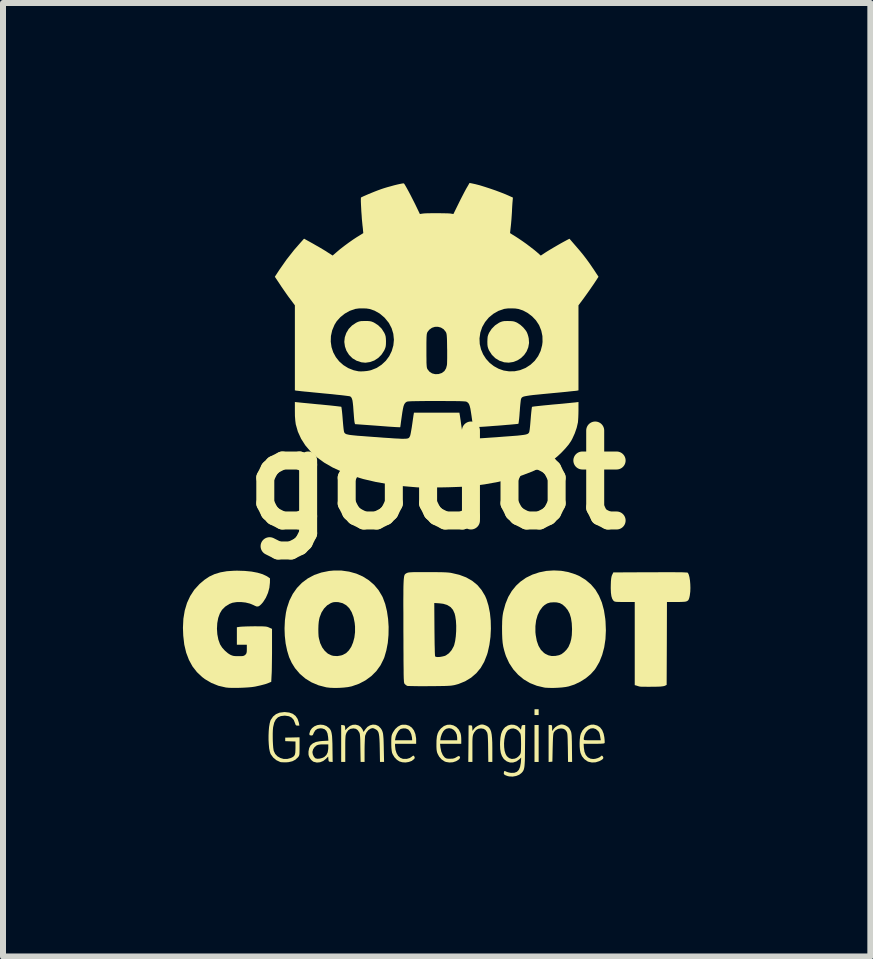
<source format=kicad_pcb>
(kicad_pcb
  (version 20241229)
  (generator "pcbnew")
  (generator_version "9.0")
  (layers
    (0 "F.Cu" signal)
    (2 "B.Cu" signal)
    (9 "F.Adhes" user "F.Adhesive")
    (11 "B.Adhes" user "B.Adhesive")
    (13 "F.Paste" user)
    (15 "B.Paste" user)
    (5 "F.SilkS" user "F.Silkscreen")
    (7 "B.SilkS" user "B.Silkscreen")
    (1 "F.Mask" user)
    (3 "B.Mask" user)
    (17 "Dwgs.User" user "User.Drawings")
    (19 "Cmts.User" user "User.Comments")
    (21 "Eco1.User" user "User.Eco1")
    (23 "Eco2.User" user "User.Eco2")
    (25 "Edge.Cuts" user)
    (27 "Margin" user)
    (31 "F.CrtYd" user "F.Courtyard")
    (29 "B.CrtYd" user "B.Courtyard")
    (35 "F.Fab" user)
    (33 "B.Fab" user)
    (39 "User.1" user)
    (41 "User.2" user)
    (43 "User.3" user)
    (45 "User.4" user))
  (footprint "godot"
    (layer "F.Cu")
    (at 4.23 4.949)
    (property "Reference" "godot" (at 0 0 0) (layer "F.SilkS") (effects (font (size 1.5 1.5) (thickness 0.3))))
    (attr board_only exclude_from_pos_files exclude_from_bom)
    (fp_poly (pts (xy 1.7 3.873) (xy 1.7 3.922) (xy 1.666 3.922) (xy 1.631 3.922) (xy 1.631 3.873) (xy 1.631 3.825) (xy 1.666 3.825) (xy 1.7 3.825)) (stroke (width 0) (type solid)) (fill yes) (layer "F.SilkS"))
    (fp_poly (pts (xy 1.7 4.396) (xy 1.7 4.704) (xy 1.666 4.704) (xy 1.631 4.704) (xy 1.631 4.396) (xy 1.631 4.088) (xy 1.666 4.088) (xy 1.7 4.088)) (stroke (width 0) (type solid)) (fill yes) (layer "F.SilkS"))
    (fp_poly (pts (xy -1.145 -2.647) (xy -1.112 -2.644) (xy -1.085 -2.638) (xy -1.057 -2.627) (xy -1.043 -2.62) (xy -0.976 -2.577) (xy -0.918 -2.52) (xy -0.875 -2.453) (xy -0.873 -2.45) (xy -0.859 -2.418) (xy -0.851 -2.39) (xy -0.847 -2.357) (xy -0.845 -2.313) (xy -0.845 -2.305) (xy -0.846 -2.261) (xy -0.849 -2.228) (xy -0.856 -2.201) (xy -0.868 -2.171) (xy -0.877 -2.152) (xy -0.92 -2.086) (xy -0.975 -2.031) (xy -1.04 -1.989) (xy -1.112 -1.963) (xy -1.187 -1.952) (xy -1.256 -1.959) (xy -1.335 -1.985) (xy -1.404 -2.026) (xy -1.461 -2.083) (xy -1.504 -2.151) (xy -1.529 -2.222) (xy -1.54 -2.299) (xy -1.532 -2.375) (xy -1.507 -2.448) (xy -1.467 -2.515) (xy -1.412 -2.572) (xy -1.345 -2.617) (xy -1.341 -2.619) (xy -1.312 -2.633) (xy -1.286 -2.641) (xy -1.258 -2.646) (xy -1.22 -2.647) (xy -1.192 -2.647)) (stroke (width 0) (type solid)) (fill yes) (layer "F.SilkS"))
    (fp_poly (pts (xy 1.238 -2.646) (xy 1.272 -2.643) (xy 1.298 -2.637) (xy 1.326 -2.626) (xy 1.341 -2.619) (xy 1.396 -2.583) (xy 1.447 -2.536) (xy 1.489 -2.484) (xy 1.503 -2.46) (xy 1.516 -2.428) (xy 1.528 -2.388) (xy 1.535 -2.356) (xy 1.54 -2.281) (xy 1.527 -2.208) (xy 1.499 -2.14) (xy 1.458 -2.08) (xy 1.405 -2.029) (xy 1.344 -1.99) (xy 1.275 -1.964) (xy 1.202 -1.953) (xy 1.125 -1.959) (xy 1.124 -1.959) (xy 1.047 -1.985) (xy 0.978 -2.027) (xy 0.92 -2.084) (xy 0.875 -2.154) (xy 0.871 -2.162) (xy 0.858 -2.193) (xy 0.85 -2.222) (xy 0.846 -2.255) (xy 0.845 -2.3) (xy 0.845 -2.306) (xy 0.847 -2.352) (xy 0.85 -2.386) (xy 0.858 -2.414) (xy 0.871 -2.445) (xy 0.873 -2.45) (xy 0.916 -2.516) (xy 0.973 -2.574) (xy 1.039 -2.618) (xy 1.043 -2.62) (xy 1.072 -2.633) (xy 1.098 -2.641) (xy 1.128 -2.646) (xy 1.167 -2.647) (xy 1.192 -2.647)) (stroke (width 0) (type solid)) (fill yes) (layer "F.SilkS"))
    (fp_poly (pts (xy 0.784 4.083) (xy 0.817 4.095) (xy 0.83 4.101) (xy 0.857 4.117) (xy 0.878 4.138) (xy 0.895 4.166) (xy 0.908 4.201) (xy 0.917 4.248) (xy 0.923 4.307) (xy 0.927 4.381) (xy 0.928 4.472) (xy 0.928 4.5) (xy 0.928 4.704) (xy 0.895 4.704) (xy 0.861 4.704) (xy 0.858 4.472) (xy 0.857 4.396) (xy 0.855 4.337) (xy 0.853 4.292) (xy 0.851 4.259) (xy 0.847 4.235) (xy 0.843 4.218) (xy 0.838 4.206) (xy 0.814 4.171) (xy 0.784 4.152) (xy 0.742 4.145) (xy 0.735 4.145) (xy 0.692 4.152) (xy 0.657 4.172) (xy 0.627 4.209) (xy 0.618 4.225) (xy 0.611 4.24) (xy 0.606 4.254) (xy 0.602 4.272) (xy 0.599 4.295) (xy 0.597 4.327) (xy 0.596 4.371) (xy 0.596 4.429) (xy 0.596 4.486) (xy 0.596 4.704) (xy 0.562 4.704) (xy 0.527 4.704) (xy 0.53 4.399) (xy 0.532 4.093) (xy 0.562 4.093) (xy 0.579 4.095) (xy 0.589 4.102) (xy 0.593 4.12) (xy 0.594 4.14) (xy 0.597 4.187) (xy 0.619 4.155) (xy 0.646 4.126) (xy 0.685 4.101) (xy 0.727 4.083) (xy 0.757 4.079)) (stroke (width 0) (type solid)) (fill yes) (layer "F.SilkS"))
    (fp_poly (pts (xy 2.113 4.083) (xy 2.146 4.094) (xy 2.159 4.101) (xy 2.192 4.122) (xy 2.216 4.15) (xy 2.227 4.171) (xy 2.235 4.187) (xy 2.241 4.202) (xy 2.245 4.22) (xy 2.248 4.242) (xy 2.251 4.271) (xy 2.252 4.311) (xy 2.254 4.364) (xy 2.255 4.433) (xy 2.255 4.462) (xy 2.258 4.704) (xy 2.224 4.704) (xy 2.19 4.704) (xy 2.187 4.467) (xy 2.185 4.391) (xy 2.184 4.332) (xy 2.182 4.287) (xy 2.18 4.254) (xy 2.177 4.23) (xy 2.172 4.213) (xy 2.167 4.2) (xy 2.166 4.199) (xy 2.142 4.167) (xy 2.11 4.15) (xy 2.072 4.145) (xy 2.023 4.153) (xy 1.981 4.177) (xy 1.958 4.203) (xy 1.952 4.213) (xy 1.947 4.227) (xy 1.944 4.246) (xy 1.941 4.273) (xy 1.939 4.31) (xy 1.937 4.361) (xy 1.935 4.428) (xy 1.934 4.465) (xy 1.929 4.699) (xy 1.898 4.702) (xy 1.866 4.705) (xy 1.866 4.397) (xy 1.866 4.088) (xy 1.895 4.088) (xy 1.912 4.089) (xy 1.921 4.096) (xy 1.924 4.112) (xy 1.925 4.14) (xy 1.925 4.191) (xy 1.949 4.155) (xy 1.978 4.124) (xy 2.018 4.098) (xy 2.061 4.082) (xy 2.087 4.079)) (stroke (width 0) (type solid)) (fill yes) (layer "F.SilkS"))
    (fp_poly (pts (xy 3.899 1.54) (xy 3.979 1.541) (xy 4.043 1.541) (xy 4.094 1.542) (xy 4.132 1.544) (xy 4.16 1.545) (xy 4.178 1.547) (xy 4.187 1.55) (xy 4.188 1.551) (xy 4.202 1.579) (xy 4.214 1.623) (xy 4.223 1.678) (xy 4.228 1.739) (xy 4.23 1.803) (xy 4.228 1.864) (xy 4.221 1.92) (xy 4.221 1.922) (xy 4.213 1.961) (xy 4.204 1.99) (xy 4.192 2.01) (xy 4.172 2.024) (xy 4.144 2.032) (xy 4.103 2.035) (xy 4.047 2.037) (xy 4.001 2.037) (xy 3.839 2.037) (xy 3.837 2.728) (xy 3.834 3.419) (xy 3.805 3.434) (xy 3.789 3.439) (xy 3.765 3.443) (xy 3.73 3.447) (xy 3.682 3.449) (xy 3.617 3.45) (xy 3.59 3.45) (xy 3.531 3.451) (xy 3.477 3.45) (xy 3.433 3.45) (xy 3.401 3.449) (xy 3.385 3.447) (xy 3.385 3.447) (xy 3.362 3.441) (xy 3.334 3.432) (xy 3.302 3.423) (xy 3.302 2.73) (xy 3.302 2.037) (xy 3.135 2.037) (xy 3.075 2.037) (xy 3.03 2.036) (xy 2.999 2.035) (xy 2.978 2.032) (xy 2.964 2.028) (xy 2.954 2.022) (xy 2.946 2.014) (xy 2.927 1.985) (xy 2.913 1.941) (xy 2.905 1.882) (xy 2.902 1.806) (xy 2.903 1.749) (xy 2.905 1.692) (xy 2.909 1.649) (xy 2.914 1.618) (xy 2.921 1.594) (xy 2.926 1.583) (xy 2.945 1.544) (xy 3.562 1.541) (xy 3.692 1.541) (xy 3.805 1.54)) (stroke (width 0) (type solid)) (fill yes) (layer "F.SilkS"))
    (fp_poly (pts (xy -0.459 4.1) (xy -0.414 4.132) (xy -0.379 4.179) (xy -0.355 4.239) (xy -0.343 4.31) (xy -0.342 4.339) (xy -0.342 4.401) (xy -0.518 4.401) (xy -0.694 4.401) (xy -0.694 4.435) (xy -0.687 4.5) (xy -0.669 4.557) (xy -0.642 4.603) (xy -0.606 4.635) (xy -0.563 4.652) (xy -0.56 4.652) (xy -0.499 4.653) (xy -0.448 4.638) (xy -0.421 4.62) (xy -0.399 4.603) (xy -0.386 4.598) (xy -0.377 4.605) (xy -0.371 4.617) (xy -0.365 4.636) (xy -0.375 4.654) (xy -0.378 4.657) (xy -0.415 4.686) (xy -0.464 4.704) (xy -0.519 4.713) (xy -0.574 4.709) (xy -0.621 4.695) (xy -0.664 4.667) (xy -0.704 4.625) (xy -0.733 4.577) (xy -0.744 4.55) (xy -0.75 4.516) (xy -0.755 4.468) (xy -0.757 4.41) (xy -0.757 4.385) (xy -0.757 4.342) (xy -0.695 4.342) (xy -0.551 4.342) (xy -0.408 4.342) (xy -0.412 4.296) (xy -0.423 4.243) (xy -0.443 4.198) (xy -0.47 4.166) (xy -0.477 4.161) (xy -0.514 4.146) (xy -0.557 4.144) (xy -0.597 4.153) (xy -0.612 4.162) (xy -0.638 4.189) (xy -0.662 4.229) (xy -0.681 4.275) (xy -0.688 4.306) (xy -0.695 4.342) (xy -0.757 4.342) (xy -0.757 4.335) (xy -0.755 4.298) (xy -0.752 4.272) (xy -0.746 4.249) (xy -0.736 4.226) (xy -0.728 4.21) (xy -0.692 4.156) (xy -0.647 4.115) (xy -0.598 4.089) (xy -0.573 4.083) (xy -0.513 4.083)) (stroke (width 0) (type solid)) (fill yes) (layer "F.SilkS"))
    (fp_poly (pts (xy 0.279 4.094) (xy 0.326 4.12) (xy 0.366 4.161) (xy 0.394 4.215) (xy 0.4 4.234) (xy 0.406 4.263) (xy 0.409 4.302) (xy 0.41 4.335) (xy 0.41 4.401) (xy 0.233 4.401) (xy 0.056 4.401) (xy 0.063 4.462) (xy 0.077 4.532) (xy 0.102 4.589) (xy 0.131 4.626) (xy 0.149 4.639) (xy 0.168 4.647) (xy 0.197 4.65) (xy 0.224 4.65) (xy 0.264 4.649) (xy 0.292 4.643) (xy 0.318 4.631) (xy 0.329 4.624) (xy 0.356 4.608) (xy 0.373 4.605) (xy 0.38 4.609) (xy 0.39 4.627) (xy 0.383 4.647) (xy 0.369 4.663) (xy 0.325 4.691) (xy 0.271 4.709) (xy 0.213 4.713) (xy 0.156 4.704) (xy 0.132 4.695) (xy 0.082 4.662) (xy 0.041 4.615) (xy 0.018 4.572) (xy 0.008 4.548) (xy 0.002 4.523) (xy -0.002 4.493) (xy -0.004 4.452) (xy -0.004 4.406) (xy -0.003 4.342) (xy 0.06 4.342) (xy 0.201 4.342) (xy 0.342 4.342) (xy 0.342 4.301) (xy 0.335 4.248) (xy 0.315 4.204) (xy 0.285 4.17) (xy 0.248 4.149) (xy 0.207 4.141) (xy 0.165 4.149) (xy 0.134 4.167) (xy 0.109 4.195) (xy 0.087 4.235) (xy 0.071 4.28) (xy 0.065 4.306) (xy 0.06 4.342) (xy -0.003 4.342) (xy -0.002 4.333) (xy 0.004 4.275) (xy 0.017 4.228) (xy 0.036 4.189) (xy 0.064 4.153) (xy 0.073 4.143) (xy 0.121 4.105) (xy 0.174 4.085) (xy 0.227 4.082)) (stroke (width 0) (type solid)) (fill yes) (layer "F.SilkS"))
    (fp_poly (pts (xy 2.678 4.097) (xy 2.724 4.127) (xy 2.759 4.172) (xy 2.783 4.232) (xy 2.795 4.291) (xy 2.799 4.33) (xy 2.801 4.363) (xy 2.801 4.384) (xy 2.8 4.387) (xy 2.795 4.392) (xy 2.783 4.396) (xy 2.762 4.398) (xy 2.728 4.4) (xy 2.68 4.401) (xy 2.622 4.401) (xy 2.45 4.401) (xy 2.454 4.467) (xy 2.464 4.534) (xy 2.486 4.587) (xy 2.52 4.626) (xy 2.564 4.649) (xy 2.61 4.655) (xy 2.646 4.651) (xy 2.684 4.64) (xy 2.717 4.625) (xy 2.738 4.609) (xy 2.74 4.606) (xy 2.752 4.597) (xy 2.765 4.606) (xy 2.773 4.617) (xy 2.779 4.635) (xy 2.772 4.653) (xy 2.75 4.67) (xy 2.711 4.691) (xy 2.65 4.71) (xy 2.588 4.713) (xy 2.529 4.7) (xy 2.513 4.693) (xy 2.462 4.657) (xy 2.422 4.608) (xy 2.398 4.553) (xy 2.389 4.507) (xy 2.384 4.45) (xy 2.383 4.387) (xy 2.386 4.326) (xy 2.387 4.32) (xy 2.452 4.32) (xy 2.453 4.329) (xy 2.456 4.335) (xy 2.466 4.339) (xy 2.485 4.341) (xy 2.516 4.342) (xy 2.562 4.342) (xy 2.594 4.342) (xy 2.736 4.342) (xy 2.73 4.306) (xy 2.723 4.262) (xy 2.716 4.233) (xy 2.709 4.213) (xy 2.699 4.197) (xy 2.69 4.187) (xy 2.654 4.156) (xy 2.611 4.142) (xy 2.567 4.146) (xy 2.565 4.147) (xy 2.525 4.169) (xy 2.491 4.206) (xy 2.466 4.253) (xy 2.453 4.303) (xy 2.452 4.32) (xy 2.387 4.32) (xy 2.393 4.271) (xy 2.404 4.231) (xy 2.432 4.177) (xy 2.472 4.133) (xy 2.52 4.101) (xy 2.572 4.083) (xy 2.619 4.081)) (stroke (width 0) (type solid)) (fill yes) (layer "F.SilkS"))
    (fp_poly (pts (xy -2.459 3.88) (xy -2.399 3.901) (xy -2.352 3.937) (xy -2.318 3.987) (xy -2.297 4.052) (xy -2.297 4.053) (xy -2.289 4.098) (xy -2.319 4.098) (xy -2.339 4.096) (xy -2.351 4.087) (xy -2.359 4.065) (xy -2.362 4.056) (xy -2.383 4.003) (xy -2.416 3.966) (xy -2.461 3.942) (xy -2.52 3.933) (xy -2.537 3.932) (xy -2.598 3.939) (xy -2.646 3.96) (xy -2.683 3.997) (xy -2.709 4.049) (xy -2.725 4.117) (xy -2.727 4.127) (xy -2.731 4.172) (xy -2.733 4.227) (xy -2.733 4.289) (xy -2.732 4.352) (xy -2.729 4.412) (xy -2.725 4.465) (xy -2.719 4.505) (xy -2.716 4.52) (xy -2.692 4.57) (xy -2.654 4.61) (xy -2.605 4.638) (xy -2.55 4.654) (xy -2.492 4.654) (xy -2.434 4.639) (xy -2.427 4.636) (xy -2.397 4.621) (xy -2.377 4.604) (xy -2.364 4.581) (xy -2.357 4.549) (xy -2.355 4.503) (xy -2.354 4.468) (xy -2.354 4.363) (xy -2.44 4.36) (xy -2.525 4.357) (xy -2.525 4.328) (xy -2.525 4.298) (xy -2.406 4.296) (xy -2.286 4.293) (xy -2.286 4.444) (xy -2.286 4.501) (xy -2.287 4.543) (xy -2.288 4.572) (xy -2.292 4.591) (xy -2.297 4.605) (xy -2.305 4.617) (xy -2.311 4.625) (xy -2.355 4.666) (xy -2.405 4.692) (xy -2.468 4.707) (xy -2.504 4.71) (xy -2.545 4.71) (xy -2.581 4.709) (xy -2.605 4.706) (xy -2.608 4.705) (xy -2.672 4.675) (xy -2.726 4.63) (xy -2.766 4.575) (xy -2.769 4.57) (xy -2.782 4.53) (xy -2.793 4.476) (xy -2.799 4.41) (xy -2.803 4.338) (xy -2.803 4.263) (xy -2.8 4.189) (xy -2.794 4.12) (xy -2.784 4.061) (xy -2.772 4.016) (xy -2.766 4.003) (xy -2.728 3.947) (xy -2.679 3.907) (xy -2.619 3.882) (xy -2.547 3.873) (xy -2.533 3.872)) (stroke (width 0) (type solid)) (fill yes) (layer "F.SilkS"))
    (fp_poly (pts (xy -1.887 4.087) (xy -1.838 4.105) (xy -1.797 4.136) (xy -1.78 4.154) (xy -1.767 4.175) (xy -1.757 4.201) (xy -1.75 4.233) (xy -1.744 4.275) (xy -1.741 4.33) (xy -1.738 4.399) (xy -1.737 4.484) (xy -1.737 4.492) (xy -1.734 4.705) (xy -1.768 4.702) (xy -1.79 4.699) (xy -1.8 4.69) (xy -1.804 4.671) (xy -1.805 4.657) (xy -1.809 4.614) (xy -1.844 4.65) (xy -1.891 4.688) (xy -1.944 4.709) (xy -1.998 4.714) (xy -2.051 4.701) (xy -2.061 4.696) (xy -2.09 4.672) (xy -2.115 4.639) (xy -2.118 4.634) (xy -2.131 4.605) (xy -2.137 4.578) (xy -2.137 4.543) (xy -2.137 4.541) (xy -2.071 4.541) (xy -2.065 4.577) (xy -2.05 4.611) (xy -2.029 4.637) (xy -2.019 4.644) (xy -1.988 4.651) (xy -1.948 4.648) (xy -1.907 4.637) (xy -1.875 4.622) (xy -1.839 4.588) (xy -1.817 4.544) (xy -1.808 4.487) (xy -1.807 4.47) (xy -1.807 4.411) (xy -1.888 4.411) (xy -1.938 4.412) (xy -1.974 4.418) (xy -2.001 4.428) (xy -2.002 4.429) (xy -2.035 4.456) (xy -2.06 4.494) (xy -2.071 4.535) (xy -2.071 4.541) (xy -2.137 4.541) (xy -2.137 4.53) (xy -2.126 4.473) (xy -2.103 4.428) (xy -2.066 4.395) (xy -2.014 4.371) (xy -1.946 4.358) (xy -1.901 4.354) (xy -1.805 4.349) (xy -1.81 4.289) (xy -1.82 4.229) (xy -1.839 4.186) (xy -1.869 4.158) (xy -1.91 4.145) (xy -1.941 4.143) (xy -1.988 4.152) (xy -2.024 4.177) (xy -2.049 4.218) (xy -2.051 4.224) (xy -2.062 4.25) (xy -2.073 4.261) (xy -2.089 4.263) (xy -2.095 4.262) (xy -2.116 4.258) (xy -2.122 4.246) (xy -2.122 4.23) (xy -2.107 4.181) (xy -2.079 4.141) (xy -2.039 4.11) (xy -1.991 4.09) (xy -1.94 4.082)) (stroke (width 0) (type solid)) (fill yes) (layer "F.SilkS"))
    (fp_poly (pts (xy -1.016 4.085) (xy -0.972 4.104) (xy -0.936 4.139) (xy -0.921 4.16) (xy -0.91 4.181) (xy -0.901 4.205) (xy -0.894 4.234) (xy -0.89 4.272) (xy -0.886 4.32) (xy -0.884 4.383) (xy -0.882 4.462) (xy -0.882 4.472) (xy -0.877 4.704) (xy -0.911 4.704) (xy -0.945 4.704) (xy -0.949 4.477) (xy -0.951 4.393) (xy -0.954 4.327) (xy -0.958 4.276) (xy -0.964 4.237) (xy -0.972 4.208) (xy -0.984 4.187) (xy -0.999 4.171) (xy -1.019 4.159) (xy -1.029 4.153) (xy -1.055 4.142) (xy -1.075 4.141) (xy -1.1 4.148) (xy -1.102 4.149) (xy -1.139 4.173) (xy -1.17 4.211) (xy -1.191 4.261) (xy -1.192 4.263) (xy -1.195 4.284) (xy -1.197 4.32) (xy -1.199 4.369) (xy -1.201 4.426) (xy -1.202 4.489) (xy -1.202 4.501) (xy -1.202 4.704) (xy -1.235 4.704) (xy -1.268 4.704) (xy -1.272 4.472) (xy -1.273 4.396) (xy -1.274 4.336) (xy -1.276 4.292) (xy -1.279 4.259) (xy -1.282 4.236) (xy -1.287 4.22) (xy -1.291 4.211) (xy -1.317 4.173) (xy -1.346 4.152) (xy -1.383 4.145) (xy -1.391 4.145) (xy -1.438 4.152) (xy -1.474 4.175) (xy -1.502 4.215) (xy -1.504 4.219) (xy -1.51 4.234) (xy -1.515 4.25) (xy -1.519 4.27) (xy -1.521 4.297) (xy -1.523 4.333) (xy -1.524 4.382) (xy -1.524 4.446) (xy -1.524 4.482) (xy -1.524 4.704) (xy -1.558 4.704) (xy -1.592 4.704) (xy -1.592 4.396) (xy -1.592 4.087) (xy -1.561 4.09) (xy -1.54 4.094) (xy -1.531 4.103) (xy -1.527 4.125) (xy -1.526 4.134) (xy -1.523 4.175) (xy -1.488 4.137) (xy -1.446 4.103) (xy -1.4 4.085) (xy -1.352 4.082) (xy -1.306 4.094) (xy -1.267 4.12) (xy -1.237 4.16) (xy -1.235 4.166) (xy -1.218 4.204) (xy -1.19 4.161) (xy -1.154 4.119) (xy -1.111 4.093) (xy -1.064 4.081)) (stroke (width 0) (type solid)) (fill yes) (layer "F.SilkS"))
    (fp_poly (pts (xy -1.586 1.513) (xy -1.459 1.531) (xy -1.34 1.564) (xy -1.231 1.612) (xy -1.131 1.675) (xy -1.043 1.751) (xy -0.969 1.84) (xy -0.908 1.942) (xy -0.898 1.963) (xy -0.858 2.07) (xy -0.829 2.19) (xy -0.81 2.319) (xy -0.801 2.452) (xy -0.803 2.587) (xy -0.815 2.719) (xy -0.839 2.844) (xy -0.872 2.958) (xy -0.883 2.985) (xy -0.936 3.092) (xy -1.005 3.188) (xy -1.089 3.272) (xy -1.186 3.343) (xy -1.294 3.4) (xy -1.413 3.442) (xy -1.421 3.444) (xy -1.48 3.456) (xy -1.551 3.464) (xy -1.629 3.469) (xy -1.707 3.47) (xy -1.779 3.467) (xy -1.839 3.46) (xy -1.843 3.459) (xy -1.97 3.426) (xy -2.086 3.377) (xy -2.19 3.313) (xy -2.282 3.234) (xy -2.361 3.141) (xy -2.416 3.053) (xy -2.46 2.957) (xy -2.493 2.848) (xy -2.518 2.728) (xy -2.532 2.601) (xy -2.536 2.49) (xy -1.973 2.49) (xy -1.972 2.553) (xy -1.969 2.609) (xy -1.964 2.639) (xy -1.942 2.723) (xy -1.908 2.795) (xy -1.864 2.854) (xy -1.813 2.899) (xy -1.754 2.927) (xy -1.722 2.935) (xy -1.656 2.939) (xy -1.592 2.928) (xy -1.565 2.919) (xy -1.511 2.89) (xy -1.464 2.844) (xy -1.424 2.784) (xy -1.394 2.712) (xy -1.372 2.63) (xy -1.361 2.541) (xy -1.361 2.446) (xy -1.367 2.385) (xy -1.386 2.289) (xy -1.417 2.207) (xy -1.457 2.141) (xy -1.508 2.091) (xy -1.568 2.057) (xy -1.637 2.04) (xy -1.65 2.039) (xy -1.693 2.038) (xy -1.727 2.042) (xy -1.761 2.054) (xy -1.765 2.056) (xy -1.825 2.092) (xy -1.877 2.145) (xy -1.92 2.212) (xy -1.951 2.292) (xy -1.958 2.321) (xy -1.966 2.367) (xy -1.971 2.425) (xy -1.973 2.49) (xy -2.536 2.49) (xy -2.536 2.471) (xy -2.53 2.341) (xy -2.513 2.215) (xy -2.496 2.138) (xy -2.455 2.014) (xy -2.399 1.902) (xy -2.329 1.803) (xy -2.246 1.717) (xy -2.15 1.645) (xy -2.042 1.587) (xy -1.923 1.546) (xy -1.795 1.52) (xy -1.719 1.513)) (stroke (width 0) (type solid)) (fill yes) (layer "F.SilkS"))
    (fp_poly (pts (xy 1.291 4.085) (xy 1.34 4.103) (xy 1.38 4.136) (xy 1.381 4.138) (xy 1.405 4.166) (xy 1.412 4.127) (xy 1.417 4.102) (xy 1.427 4.091) (xy 1.445 4.088) (xy 1.447 4.088) (xy 1.476 4.088) (xy 1.473 4.438) (xy 1.472 4.535) (xy 1.471 4.616) (xy 1.47 4.681) (xy 1.467 4.732) (xy 1.464 4.773) (xy 1.459 4.804) (xy 1.453 4.828) (xy 1.445 4.847) (xy 1.435 4.864) (xy 1.422 4.879) (xy 1.414 4.888) (xy 1.375 4.918) (xy 1.324 4.938) (xy 1.266 4.948) (xy 1.209 4.945) (xy 1.182 4.939) (xy 1.145 4.925) (xy 1.125 4.912) (xy 1.118 4.894) (xy 1.12 4.882) (xy 1.125 4.861) (xy 1.132 4.854) (xy 1.147 4.859) (xy 1.161 4.866) (xy 1.189 4.876) (xy 1.226 4.884) (xy 1.243 4.886) (xy 1.296 4.884) (xy 1.338 4.868) (xy 1.369 4.836) (xy 1.39 4.788) (xy 1.402 4.724) (xy 1.404 4.707) (xy 1.409 4.631) (xy 1.376 4.662) (xy 1.328 4.696) (xy 1.275 4.713) (xy 1.221 4.713) (xy 1.17 4.695) (xy 1.126 4.661) (xy 1.116 4.65) (xy 1.088 4.606) (xy 1.069 4.553) (xy 1.059 4.487) (xy 1.056 4.407) (xy 1.057 4.394) (xy 1.123 4.394) (xy 1.125 4.459) (xy 1.133 4.519) (xy 1.149 4.57) (xy 1.17 4.607) (xy 1.208 4.64) (xy 1.252 4.654) (xy 1.3 4.649) (xy 1.328 4.638) (xy 1.357 4.618) (xy 1.382 4.591) (xy 1.385 4.588) (xy 1.393 4.574) (xy 1.399 4.559) (xy 1.403 4.54) (xy 1.405 4.513) (xy 1.406 4.474) (xy 1.407 4.421) (xy 1.407 4.404) (xy 1.406 4.338) (xy 1.404 4.289) (xy 1.401 4.255) (xy 1.396 4.233) (xy 1.393 4.227) (xy 1.362 4.185) (xy 1.324 4.158) (xy 1.281 4.145) (xy 1.237 4.149) (xy 1.196 4.169) (xy 1.18 4.183) (xy 1.156 4.22) (xy 1.139 4.27) (xy 1.128 4.329) (xy 1.123 4.394) (xy 1.057 4.394) (xy 1.057 4.375) (xy 1.063 4.299) (xy 1.074 4.238) (xy 1.092 4.19) (xy 1.117 4.151) (xy 1.143 4.123) (xy 1.188 4.095) (xy 1.239 4.082)) (stroke (width 0) (type solid)) (fill yes) (layer "F.SilkS"))
    (fp_poly (pts (xy 2.076 1.517) (xy 2.197 1.539) (xy 2.313 1.576) (xy 2.385 1.608) (xy 2.485 1.67) (xy 2.572 1.744) (xy 2.646 1.831) (xy 2.706 1.932) (xy 2.754 2.046) (xy 2.789 2.175) (xy 2.811 2.318) (xy 2.815 2.361) (xy 2.821 2.511) (xy 2.814 2.656) (xy 2.793 2.793) (xy 2.759 2.92) (xy 2.713 3.036) (xy 2.654 3.138) (xy 2.632 3.169) (xy 2.567 3.241) (xy 2.487 3.308) (xy 2.395 3.366) (xy 2.297 3.413) (xy 2.202 3.444) (xy 2.152 3.454) (xy 2.088 3.462) (xy 2.017 3.467) (xy 1.943 3.47) (xy 1.874 3.469) (xy 1.814 3.466) (xy 1.793 3.463) (xy 1.67 3.434) (xy 1.556 3.389) (xy 1.451 3.327) (xy 1.358 3.25) (xy 1.277 3.16) (xy 1.209 3.057) (xy 1.156 2.942) (xy 1.144 2.907) (xy 1.125 2.843) (xy 1.11 2.782) (xy 1.1 2.719) (xy 1.094 2.65) (xy 1.091 2.57) (xy 1.09 2.486) (xy 1.09 2.439) (xy 1.646 2.439) (xy 1.646 2.54) (xy 1.651 2.588) (xy 1.669 2.686) (xy 1.698 2.768) (xy 1.737 2.834) (xy 1.787 2.884) (xy 1.809 2.9) (xy 1.863 2.926) (xy 1.918 2.938) (xy 1.98 2.936) (xy 2.04 2.924) (xy 2.082 2.906) (xy 2.125 2.873) (xy 2.165 2.832) (xy 2.197 2.787) (xy 2.202 2.776) (xy 2.227 2.717) (xy 2.243 2.657) (xy 2.253 2.589) (xy 2.256 2.509) (xy 2.257 2.492) (xy 2.252 2.39) (xy 2.239 2.305) (xy 2.217 2.232) (xy 2.184 2.17) (xy 2.142 2.119) (xy 2.098 2.08) (xy 2.053 2.056) (xy 2.001 2.044) (xy 1.954 2.042) (xy 1.892 2.046) (xy 1.843 2.061) (xy 1.798 2.089) (xy 1.765 2.119) (xy 1.719 2.181) (xy 1.683 2.256) (xy 1.658 2.343) (xy 1.646 2.439) (xy 1.09 2.439) (xy 1.091 2.414) (xy 1.092 2.356) (xy 1.095 2.309) (xy 1.099 2.268) (xy 1.105 2.229) (xy 1.112 2.195) (xy 1.147 2.067) (xy 1.193 1.954) (xy 1.252 1.854) (xy 1.324 1.765) (xy 1.394 1.7) (xy 1.489 1.633) (xy 1.595 1.581) (xy 1.709 1.543) (xy 1.829 1.519) (xy 1.953 1.511)) (stroke (width 0) (type solid)) (fill yes) (layer "F.SilkS"))
    (fp_poly (pts (xy -3.2 1.519) (xy -3.086 1.53) (xy -2.986 1.549) (xy -2.902 1.574) (xy -2.834 1.606) (xy -2.818 1.616) (xy -2.779 1.643) (xy -2.78 1.715) (xy -2.789 1.799) (xy -2.812 1.885) (xy -2.848 1.967) (xy -2.894 2.039) (xy -2.918 2.067) (xy -2.949 2.097) (xy -2.976 2.112) (xy -3.003 2.112) (xy -3.036 2.098) (xy -3.049 2.091) (xy -3.113 2.064) (xy -3.186 2.046) (xy -3.262 2.038) (xy -3.337 2.039) (xy -3.405 2.05) (xy -3.456 2.07) (xy -3.525 2.114) (xy -3.579 2.168) (xy -3.614 2.226) (xy -3.642 2.303) (xy -3.658 2.39) (xy -3.663 2.483) (xy -3.657 2.575) (xy -3.64 2.663) (xy -3.612 2.741) (xy -3.61 2.745) (xy -3.577 2.797) (xy -3.531 2.848) (xy -3.48 2.892) (xy -3.444 2.915) (xy -3.417 2.927) (xy -3.392 2.935) (xy -3.361 2.939) (xy -3.32 2.94) (xy -3.305 2.94) (xy -3.262 2.94) (xy -3.233 2.938) (xy -3.214 2.933) (xy -3.2 2.925) (xy -3.19 2.917) (xy -3.177 2.902) (xy -3.17 2.886) (xy -3.166 2.863) (xy -3.165 2.826) (xy -3.165 2.822) (xy -3.165 2.75) (xy -3.248 2.75) (xy -3.331 2.75) (xy -3.331 2.604) (xy -3.331 2.458) (xy -3.275 2.45) (xy -3.247 2.448) (xy -3.204 2.446) (xy -3.15 2.444) (xy -3.089 2.443) (xy -3.028 2.442) (xy -2.962 2.443) (xy -2.911 2.443) (xy -2.874 2.445) (xy -2.847 2.447) (xy -2.826 2.451) (xy -2.808 2.457) (xy -2.792 2.464) (xy -2.745 2.485) (xy -2.745 2.807) (xy -2.745 2.891) (xy -2.746 2.974) (xy -2.747 3.054) (xy -2.748 3.127) (xy -2.749 3.188) (xy -2.751 3.235) (xy -2.752 3.248) (xy -2.758 3.368) (xy -2.801 3.386) (xy -2.859 3.407) (xy -2.935 3.427) (xy -3.025 3.447) (xy -3.043 3.45) (xy -3.086 3.456) (xy -3.143 3.461) (xy -3.209 3.465) (xy -3.28 3.468) (xy -3.349 3.469) (xy -3.414 3.469) (xy -3.469 3.467) (xy -3.509 3.463) (xy -3.512 3.463) (xy -3.638 3.434) (xy -3.755 3.387) (xy -3.864 3.323) (xy -3.91 3.288) (xy -3.997 3.206) (xy -4.071 3.111) (xy -4.13 3.003) (xy -4.176 2.882) (xy -4.208 2.747) (xy -4.225 2.599) (xy -4.23 2.467) (xy -4.223 2.317) (xy -4.2 2.179) (xy -4.162 2.052) (xy -4.109 1.938) (xy -4.041 1.833) (xy -3.956 1.74) (xy -3.952 1.736) (xy -3.872 1.668) (xy -3.79 1.613) (xy -3.702 1.572) (xy -3.606 1.543) (xy -3.498 1.524) (xy -3.378 1.516) (xy -3.326 1.515)) (stroke (width 0) (type solid)) (fill yes) (layer "F.SilkS"))
    (fp_poly (pts (xy -0.055 1.539) (xy 0.027 1.54) (xy 0.094 1.541) (xy 0.149 1.543) (xy 0.193 1.546) (xy 0.229 1.55) (xy 0.25 1.554) (xy 0.378 1.584) (xy 0.492 1.627) (xy 0.592 1.684) (xy 0.677 1.753) (xy 0.748 1.837) (xy 0.806 1.933) (xy 0.831 1.991) (xy 0.864 2.099) (xy 0.888 2.22) (xy 0.901 2.349) (xy 0.904 2.484) (xy 0.897 2.619) (xy 0.879 2.751) (xy 0.851 2.877) (xy 0.839 2.916) (xy 0.793 3.033) (xy 0.734 3.136) (xy 0.661 3.224) (xy 0.574 3.299) (xy 0.475 3.359) (xy 0.364 3.404) (xy 0.321 3.416) (xy 0.298 3.422) (xy 0.276 3.426) (xy 0.251 3.43) (xy 0.223 3.433) (xy 0.187 3.435) (xy 0.143 3.437) (xy 0.087 3.438) (xy 0.018 3.439) (xy -0.068 3.44) (xy -0.117 3.44) (xy -0.2 3.441) (xy -0.276 3.441) (xy -0.345 3.44) (xy -0.403 3.439) (xy -0.449 3.438) (xy -0.48 3.437) (xy -0.493 3.435) (xy -0.514 3.421) (xy -0.532 3.405) (xy -0.536 3.401) (xy -0.539 3.395) (xy -0.541 3.388) (xy -0.544 3.377) (xy -0.546 3.361) (xy -0.547 3.339) (xy -0.549 3.31) (xy -0.55 3.273) (xy -0.551 3.225) (xy -0.551 3.167) (xy -0.552 3.097) (xy -0.553 3.014) (xy -0.553 2.916) (xy -0.554 2.802) (xy -0.554 2.671) (xy -0.555 2.522) (xy -0.555 2.509) (xy -0.555 2.354) (xy -0.555 2.218) (xy -0.556 2.099) (xy -0.556 2.054) (xy -0.04 2.054) (xy -0.037 2.492) (xy -0.036 2.583) (xy -0.035 2.668) (xy -0.034 2.746) (xy -0.032 2.813) (xy -0.031 2.869) (xy -0.029 2.911) (xy -0.027 2.937) (xy -0.026 2.944) (xy -0.01 2.952) (xy 0.018 2.955) (xy 0.055 2.953) (xy 0.094 2.946) (xy 0.131 2.937) (xy 0.153 2.928) (xy 0.204 2.892) (xy 0.248 2.841) (xy 0.282 2.78) (xy 0.292 2.755) (xy 0.308 2.689) (xy 0.319 2.609) (xy 0.325 2.523) (xy 0.326 2.434) (xy 0.321 2.349) (xy 0.31 2.274) (xy 0.299 2.229) (xy 0.272 2.169) (xy 0.233 2.123) (xy 0.179 2.089) (xy 0.11 2.067) (xy 0.043 2.059) (xy -0.04 2.054) (xy -0.556 2.054) (xy -0.556 1.996) (xy -0.555 1.907) (xy -0.555 1.833) (xy -0.554 1.77) (xy -0.552 1.719) (xy -0.55 1.677) (xy -0.547 1.644) (xy -0.544 1.619) (xy -0.54 1.6) (xy -0.535 1.586) (xy -0.529 1.576) (xy -0.522 1.569) (xy -0.514 1.564) (xy -0.505 1.558) (xy -0.499 1.555) (xy -0.489 1.551) (xy -0.477 1.547) (xy -0.458 1.544) (xy -0.432 1.542) (xy -0.397 1.54) (xy -0.35 1.539) (xy -0.289 1.539) (xy -0.211 1.539) (xy -0.154 1.539)) (stroke (width 0) (type solid)) (fill yes) (layer "F.SilkS"))
    (fp_poly (pts (xy -2.318 -1.292) (xy -2.297 -1.29) (xy -2.26 -1.286) (xy -2.208 -1.281) (xy -2.145 -1.275) (xy -2.073 -1.268) (xy -1.994 -1.26) (xy -1.934 -1.255) (xy -1.855 -1.247) (xy -1.782 -1.24) (xy -1.718 -1.233) (xy -1.664 -1.227) (xy -1.623 -1.222) (xy -1.598 -1.219) (xy -1.59 -1.217) (xy -1.587 -1.205) (xy -1.583 -1.177) (xy -1.578 -1.136) (xy -1.573 -1.085) (xy -1.568 -1.025) (xy -1.567 -1.011) (xy -1.562 -0.95) (xy -1.557 -0.895) (xy -1.552 -0.848) (xy -1.547 -0.814) (xy -1.543 -0.796) (xy -1.543 -0.795) (xy -1.537 -0.784) (xy -1.53 -0.776) (xy -1.52 -0.768) (xy -1.506 -0.761) (xy -1.486 -0.756) (xy -1.459 -0.75) (xy -1.422 -0.745) (xy -1.375 -0.74) (xy -1.315 -0.734) (xy -1.241 -0.729) (xy -1.152 -0.722) (xy -1.045 -0.714) (xy -0.997 -0.711) (xy -0.883 -0.702) (xy -0.786 -0.696) (xy -0.706 -0.69) (xy -0.641 -0.687) (xy -0.588 -0.684) (xy -0.547 -0.684) (xy -0.516 -0.685) (xy -0.493 -0.687) (xy -0.476 -0.692) (xy -0.465 -0.698) (xy -0.457 -0.706) (xy -0.451 -0.717) (xy -0.445 -0.727) (xy -0.439 -0.746) (xy -0.432 -0.779) (xy -0.424 -0.824) (xy -0.415 -0.876) (xy -0.411 -0.904) (xy -0.403 -0.958) (xy -0.396 -1.009) (xy -0.39 -1.05) (xy -0.386 -1.079) (xy -0.384 -1.087) (xy -0.379 -1.119) (xy 0 -1.119) (xy 0.379 -1.119) (xy 0.384 -1.087) (xy 0.388 -1.066) (xy 0.393 -1.03) (xy 0.4 -0.984) (xy 0.407 -0.931) (xy 0.411 -0.904) (xy 0.419 -0.849) (xy 0.428 -0.801) (xy 0.436 -0.761) (xy 0.442 -0.734) (xy 0.445 -0.727) (xy 0.451 -0.716) (xy 0.457 -0.706) (xy 0.466 -0.698) (xy 0.478 -0.692) (xy 0.494 -0.687) (xy 0.518 -0.685) (xy 0.55 -0.684) (xy 0.592 -0.684) (xy 0.646 -0.687) (xy 0.712 -0.691) (xy 0.794 -0.696) (xy 0.892 -0.703) (xy 0.997 -0.71) (xy 1.111 -0.719) (xy 1.207 -0.726) (xy 1.287 -0.732) (xy 1.352 -0.737) (xy 1.404 -0.743) (xy 1.445 -0.748) (xy 1.476 -0.753) (xy 1.499 -0.759) (xy 1.515 -0.765) (xy 1.526 -0.772) (xy 1.534 -0.78) (xy 1.54 -0.79) (xy 1.543 -0.795) (xy 1.546 -0.81) (xy 1.551 -0.841) (xy 1.556 -0.885) (xy 1.561 -0.939) (xy 1.566 -0.999) (xy 1.567 -1.011) (xy 1.572 -1.072) (xy 1.577 -1.125) (xy 1.582 -1.169) (xy 1.586 -1.2) (xy 1.589 -1.215) (xy 1.59 -1.216) (xy 1.601 -1.219) (xy 1.629 -1.223) (xy 1.673 -1.228) (xy 1.729 -1.234) (xy 1.795 -1.241) (xy 1.869 -1.248) (xy 1.939 -1.255) (xy 2.021 -1.262) (xy 2.098 -1.269) (xy 2.168 -1.276) (xy 2.228 -1.282) (xy 2.276 -1.287) (xy 2.309 -1.29) (xy 2.323 -1.292) (xy 2.364 -1.297) (xy 2.364 -1.157) (xy 2.363 -1.1) (xy 2.361 -1.043) (xy 2.358 -0.994) (xy 2.355 -0.957) (xy 2.354 -0.953) (xy 2.334 -0.866) (xy 2.302 -0.774) (xy 2.262 -0.686) (xy 2.241 -0.647) (xy 2.2 -0.587) (xy 2.146 -0.523) (xy 2.083 -0.456) (xy 2.016 -0.393) (xy 1.947 -0.336) (xy 1.895 -0.299) (xy 1.754 -0.214) (xy 1.595 -0.139) (xy 1.419 -0.072) (xy 1.228 -0.014) (xy 1.021 0.036) (xy 0.799 0.076) (xy 0.563 0.107) (xy 0.552 0.108) (xy 0.508 0.111) (xy 0.448 0.115) (xy 0.376 0.118) (xy 0.293 0.121) (xy 0.205 0.124) (xy 0.113 0.126) (xy 0.021 0.127) (xy -0.067 0.129) (xy -0.149 0.129) (xy -0.221 0.129) (xy -0.28 0.128) (xy -0.322 0.126) (xy -0.569 0.105) (xy -0.801 0.074) (xy -1.019 0.035) (xy -1.221 -0.012) (xy -1.408 -0.068) (xy -1.579 -0.133) (xy -1.734 -0.205) (xy -1.873 -0.285) (xy -1.996 -0.374) (xy -2.101 -0.47) (xy -2.189 -0.573) (xy -2.26 -0.684) (xy -2.314 -0.802) (xy -2.349 -0.925) (xy -2.357 -0.985) (xy -2.363 -1.063) (xy -2.364 -1.149) (xy -2.364 -1.297)) (stroke (width 0) (type solid)) (fill yes) (layer "F.SilkS"))
    (fp_poly (pts (xy 0.584 -4.942) (xy 0.644 -4.929) (xy 0.718 -4.91) (xy 0.802 -4.884) (xy 0.891 -4.855) (xy 0.981 -4.824) (xy 1.069 -4.791) (xy 1.15 -4.759) (xy 1.2 -4.737) (xy 1.271 -4.705) (xy 1.266 -4.648) (xy 1.263 -4.615) (xy 1.26 -4.57) (xy 1.257 -4.517) (xy 1.255 -4.469) (xy 1.251 -4.407) (xy 1.246 -4.336) (xy 1.24 -4.268) (xy 1.236 -4.23) (xy 1.231 -4.185) (xy 1.227 -4.148) (xy 1.224 -4.122) (xy 1.224 -4.112) (xy 1.224 -4.112) (xy 1.233 -4.107) (xy 1.254 -4.093) (xy 1.286 -4.074) (xy 1.319 -4.053) (xy 1.373 -4.018) (xy 1.436 -3.975) (xy 1.502 -3.928) (xy 1.566 -3.879) (xy 1.626 -3.833) (xy 1.674 -3.793) (xy 1.686 -3.782) (xy 1.736 -3.738) (xy 1.8 -3.781) (xy 1.836 -3.804) (xy 1.885 -3.834) (xy 1.942 -3.868) (xy 2.002 -3.903) (xy 2.061 -3.937) (xy 2.115 -3.967) (xy 2.158 -3.99) (xy 2.167 -3.995) (xy 2.214 -4.019) (xy 2.315 -3.902) (xy 2.384 -3.822) (xy 2.443 -3.75) (xy 2.495 -3.682) (xy 2.546 -3.612) (xy 2.598 -3.536) (xy 2.616 -3.51) (xy 2.698 -3.385) (xy 2.623 -3.27) (xy 2.587 -3.218) (xy 2.545 -3.157) (xy 2.501 -3.095) (xy 2.46 -3.038) (xy 2.456 -3.032) (xy 2.364 -2.909) (xy 2.364 -2.2) (xy 2.364 -1.491) (xy 2.332 -1.485) (xy 2.316 -1.483) (xy 2.283 -1.48) (xy 2.234 -1.475) (xy 2.172 -1.468) (xy 2.1 -1.461) (xy 2.019 -1.453) (xy 1.932 -1.445) (xy 1.881 -1.44) (xy 1.775 -1.43) (xy 1.686 -1.421) (xy 1.614 -1.414) (xy 1.556 -1.407) (xy 1.511 -1.4) (xy 1.477 -1.394) (xy 1.451 -1.388) (xy 1.434 -1.381) (xy 1.422 -1.373) (xy 1.414 -1.364) (xy 1.409 -1.353) (xy 1.407 -1.348) (xy 1.403 -1.332) (xy 1.399 -1.299) (xy 1.394 -1.253) (xy 1.389 -1.199) (xy 1.385 -1.138) (xy 1.384 -1.134) (xy 1.38 -1.074) (xy 1.375 -1.021) (xy 1.37 -0.979) (xy 1.366 -0.949) (xy 1.362 -0.934) (xy 1.362 -0.934) (xy 1.351 -0.932) (xy 1.323 -0.929) (xy 1.281 -0.925) (xy 1.228 -0.92) (xy 1.165 -0.915) (xy 1.096 -0.909) (xy 1.023 -0.903) (xy 0.949 -0.898) (xy 0.876 -0.892) (xy 0.807 -0.887) (xy 0.744 -0.883) (xy 0.69 -0.88) (xy 0.648 -0.877) (xy 0.621 -0.876) (xy 0.61 -0.877) (xy 0.61 -0.877) (xy 0.608 -0.887) (xy 0.603 -0.913) (xy 0.597 -0.953) (xy 0.59 -1.002) (xy 0.582 -1.059) (xy 0.582 -1.06) (xy 0.571 -1.131) (xy 0.562 -1.186) (xy 0.552 -1.226) (xy 0.542 -1.255) (xy 0.53 -1.276) (xy 0.516 -1.29) (xy 0.498 -1.301) (xy 0.497 -1.302) (xy 0.486 -1.305) (xy 0.466 -1.307) (xy 0.433 -1.309) (xy 0.389 -1.311) (xy 0.33 -1.312) (xy 0.256 -1.313) (xy 0.166 -1.313) (xy 0.058 -1.314) (xy 0 -1.314) (xy -0.117 -1.314) (xy -0.215 -1.313) (xy -0.297 -1.312) (xy -0.362 -1.311) (xy -0.414 -1.31) (xy -0.452 -1.308) (xy -0.478 -1.306) (xy -0.493 -1.303) (xy -0.497 -1.302) (xy -0.516 -1.29) (xy -0.53 -1.275) (xy -0.542 -1.255) (xy -0.553 -1.225) (xy -0.562 -1.184) (xy -0.572 -1.128) (xy -0.581 -1.066) (xy -0.589 -1.01) (xy -0.596 -0.96) (xy -0.601 -0.92) (xy -0.605 -0.893) (xy -0.606 -0.883) (xy -0.606 -0.88) (xy -0.608 -0.878) (xy -0.612 -0.877) (xy -0.622 -0.876) (xy -0.639 -0.877) (xy -0.664 -0.878) (xy -0.699 -0.88) (xy -0.746 -0.883) (xy -0.807 -0.887) (xy -0.883 -0.893) (xy -0.976 -0.9) (xy -1.015 -0.903) (xy -1.361 -0.928) (xy -1.368 -0.953) (xy -1.371 -0.97) (xy -1.375 -1.003) (xy -1.379 -1.049) (xy -1.383 -1.103) (xy -1.387 -1.152) (xy -1.392 -1.225) (xy -1.398 -1.281) (xy -1.404 -1.323) (xy -1.413 -1.353) (xy -1.423 -1.373) (xy -1.436 -1.386) (xy -1.444 -1.391) (xy -1.457 -1.394) (xy -1.487 -1.398) (xy -1.533 -1.404) (xy -1.592 -1.411) (xy -1.662 -1.418) (xy -1.741 -1.427) (xy -1.827 -1.435) (xy -1.881 -1.44) (xy -1.971 -1.449) (xy -2.055 -1.457) (xy -2.133 -1.465) (xy -2.2 -1.471) (xy -2.257 -1.477) (xy -2.299 -1.482) (xy -2.325 -1.485) (xy -2.332 -1.485) (xy -2.364 -1.491) (xy -2.364 -2.2) (xy -2.364 -2.303) (xy -1.766 -2.303) (xy -1.753 -2.212) (xy -1.725 -2.126) (xy -1.681 -2.045) (xy -1.625 -1.974) (xy -1.555 -1.912) (xy -1.474 -1.862) (xy -1.383 -1.826) (xy -1.304 -1.809) (xy -1.265 -1.807) (xy -1.215 -1.809) (xy -1.162 -1.814) (xy -1.113 -1.823) (xy -1.091 -1.829) (xy -1 -1.865) (xy -0.919 -1.918) (xy -0.848 -1.984) (xy -0.791 -2.061) (xy -0.749 -2.147) (xy -0.747 -2.154) (xy -0.171 -2.154) (xy -0.171 -2.072) (xy -0.17 -2.006) (xy -0.17 -1.956) (xy -0.168 -1.918) (xy -0.166 -1.89) (xy -0.163 -1.87) (xy -0.159 -1.856) (xy -0.154 -1.845) (xy -0.154 -1.845) (xy -0.121 -1.803) (xy -0.076 -1.774) (xy -0.024 -1.761) (xy 0.031 -1.763) (xy 0.087 -1.781) (xy 0.088 -1.782) (xy 0.129 -1.813) (xy 0.157 -1.859) (xy 0.171 -1.913) (xy 0.173 -1.937) (xy 0.174 -1.977) (xy 0.175 -2.03) (xy 0.175 -2.092) (xy 0.175 -2.16) (xy 0.174 -2.198) (xy 0.173 -2.273) (xy 0.172 -2.33) (xy 0.171 -2.358) (xy 0.714 -2.358) (xy 0.718 -2.264) (xy 0.739 -2.175) (xy 0.774 -2.092) (xy 0.823 -2.016) (xy 0.883 -1.95) (xy 0.953 -1.895) (xy 1.031 -1.852) (xy 1.116 -1.822) (xy 1.207 -1.808) (xy 1.301 -1.81) (xy 1.39 -1.828) (xy 1.482 -1.865) (xy 1.564 -1.918) (xy 1.634 -1.983) (xy 1.691 -2.061) (xy 1.733 -2.148) (xy 1.758 -2.243) (xy 1.765 -2.299) (xy 1.763 -2.396) (xy 1.744 -2.487) (xy 1.708 -2.577) (xy 1.703 -2.585) (xy 1.655 -2.658) (xy 1.592 -2.724) (xy 1.519 -2.78) (xy 1.439 -2.823) (xy 1.363 -2.848) (xy 1.31 -2.856) (xy 1.248 -2.858) (xy 1.186 -2.857) (xy 1.131 -2.85) (xy 1.119 -2.847) (xy 1.027 -2.815) (xy 0.944 -2.767) (xy 0.869 -2.705) (xy 0.807 -2.63) (xy 0.759 -2.546) (xy 0.728 -2.455) (xy 0.728 -2.455) (xy 0.714 -2.358) (xy 0.171 -2.358) (xy 0.17 -2.374) (xy 0.168 -2.405) (xy 0.165 -2.428) (xy 0.161 -2.445) (xy 0.156 -2.458) (xy 0.151 -2.467) (xy 0.116 -2.51) (xy 0.071 -2.538) (xy 0.021 -2.551) (xy -0.03 -2.55) (xy -0.079 -2.534) (xy -0.122 -2.503) (xy -0.151 -2.467) (xy -0.157 -2.456) (xy -0.161 -2.444) (xy -0.165 -2.428) (xy -0.167 -2.406) (xy -0.169 -2.376) (xy -0.17 -2.336) (xy -0.171 -2.282) (xy -0.171 -2.213) (xy -0.171 -2.154) (xy -0.747 -2.154) (xy -0.722 -2.241) (xy -0.713 -2.335) (xy -0.723 -2.434) (xy -0.751 -2.527) (xy -0.797 -2.615) (xy -0.862 -2.695) (xy -0.873 -2.707) (xy -0.952 -2.773) (xy -1.036 -2.82) (xy -1.119 -2.848) (xy -1.171 -2.856) (xy -1.233 -2.858) (xy -1.296 -2.857) (xy -1.35 -2.85) (xy -1.363 -2.847) (xy -1.449 -2.817) (xy -1.531 -2.771) (xy -1.605 -2.712) (xy -1.667 -2.643) (xy -1.703 -2.585) (xy -1.742 -2.492) (xy -1.763 -2.397) (xy -1.766 -2.303) (xy -2.364 -2.303) (xy -2.364 -2.909) (xy -2.438 -3.008) (xy -2.471 -3.052) (xy -2.51 -3.107) (xy -2.551 -3.166) (xy -2.591 -3.224) (xy -2.605 -3.246) (xy -2.698 -3.385) (xy -2.623 -3.5) (xy -2.504 -3.67) (xy -2.376 -3.833) (xy -2.263 -3.962) (xy -2.211 -4.02) (xy -2.065 -3.939) (xy -2.008 -3.906) (xy -1.948 -3.872) (xy -1.891 -3.838) (xy -1.843 -3.809) (xy -1.827 -3.798) (xy -1.734 -3.739) (xy -1.675 -3.79) (xy -1.614 -3.842) (xy -1.542 -3.898) (xy -1.466 -3.954) (xy -1.392 -4.006) (xy -1.325 -4.05) (xy -1.319 -4.053) (xy -1.282 -4.076) (xy -1.251 -4.095) (xy -1.231 -4.108) (xy -1.224 -4.112) (xy -1.224 -4.122) (xy -1.227 -4.147) (xy -1.23 -4.184) (xy -1.235 -4.23) (xy -1.236 -4.235) (xy -1.241 -4.287) (xy -1.247 -4.346) (xy -1.251 -4.409) (xy -1.256 -4.473) (xy -1.259 -4.535) (xy -1.262 -4.592) (xy -1.264 -4.641) (xy -1.264 -4.678) (xy -1.263 -4.7) (xy -1.262 -4.706) (xy -1.249 -4.713) (xy -1.222 -4.726) (xy -1.183 -4.743) (xy -1.137 -4.763) (xy -1.086 -4.784) (xy -1.034 -4.805) (xy -0.985 -4.824) (xy -0.941 -4.84) (xy -0.931 -4.844) (xy -0.88 -4.861) (xy -0.824 -4.878) (xy -0.765 -4.894) (xy -0.708 -4.91) (xy -0.655 -4.923) (xy -0.609 -4.933) (xy -0.573 -4.94) (xy -0.551 -4.942) (xy -0.546 -4.941) (xy -0.535 -4.926) (xy -0.517 -4.896) (xy -0.494 -4.855) (xy -0.466 -4.804) (xy -0.436 -4.747) (xy -0.405 -4.686) (xy -0.374 -4.625) (xy -0.354 -4.585) (xy -0.28 -4.431) (xy -0.235 -4.438) (xy -0.208 -4.441) (xy -0.165 -4.443) (xy -0.111 -4.444) (xy -0.05 -4.445) (xy 0.014 -4.445) (xy 0.078 -4.444) (xy 0.136 -4.443) (xy 0.185 -4.442) (xy 0.222 -4.44) (xy 0.235 -4.438) (xy 0.279 -4.431) (xy 0.369 -4.614) (xy 0.399 -4.675) (xy 0.43 -4.735) (xy 0.459 -4.791) (xy 0.484 -4.838) (xy 0.503 -4.872) (xy 0.504 -4.873) (xy 0.548 -4.949)) (stroke (width 0) (type solid)) (fill yes) (layer "F.SilkS")))
  (gr_rect
    (start -3 -3)
    (end 11.46 12.896)
    (stroke (width 0.1) (type default))
    (fill no)
    (layer "Edge.Cuts")))
</source>
